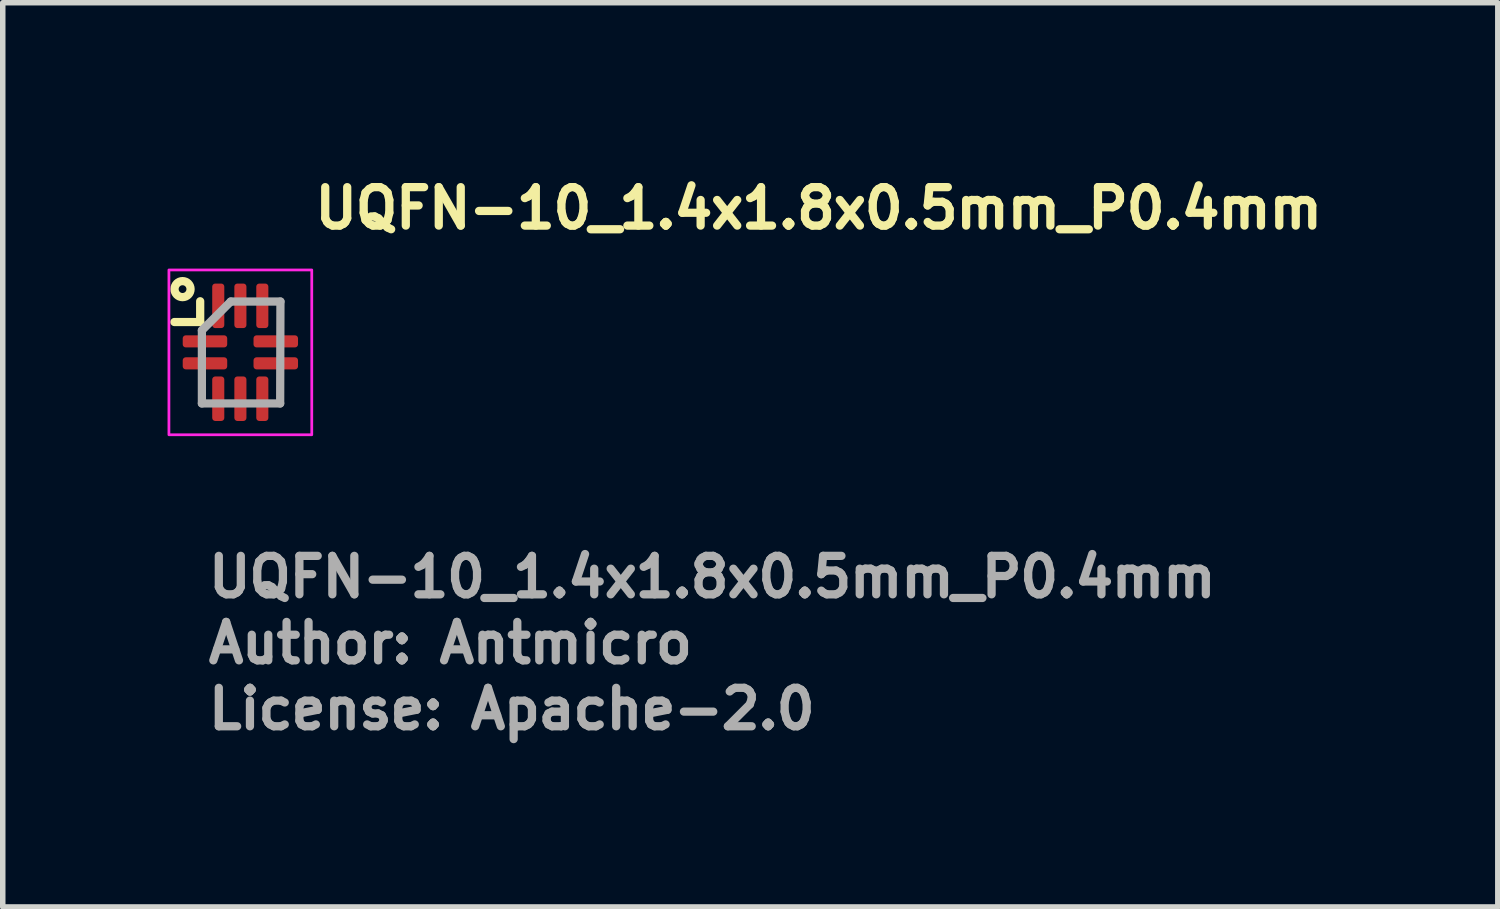
<source format=kicad_pcb>
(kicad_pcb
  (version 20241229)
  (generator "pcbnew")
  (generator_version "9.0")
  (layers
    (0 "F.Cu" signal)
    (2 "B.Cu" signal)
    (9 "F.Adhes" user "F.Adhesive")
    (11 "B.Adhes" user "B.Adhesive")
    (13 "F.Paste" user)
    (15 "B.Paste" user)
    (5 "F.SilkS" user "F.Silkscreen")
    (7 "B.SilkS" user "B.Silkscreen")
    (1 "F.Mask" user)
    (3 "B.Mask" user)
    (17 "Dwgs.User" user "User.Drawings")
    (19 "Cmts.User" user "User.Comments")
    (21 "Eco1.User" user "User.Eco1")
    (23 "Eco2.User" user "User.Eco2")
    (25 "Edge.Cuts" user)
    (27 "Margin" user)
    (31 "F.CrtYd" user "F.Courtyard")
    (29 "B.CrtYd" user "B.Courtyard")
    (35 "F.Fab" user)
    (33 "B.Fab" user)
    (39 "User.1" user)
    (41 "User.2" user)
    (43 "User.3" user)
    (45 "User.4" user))
  (footprint "UQFN-10_1.4x1.8x0.5mm_P0.4mm"
    (layer "F.Cu")
    (at 1.325 3.364)
    (property "Reference" "UQFN-10_1.4x1.8x0.5mm_P0.4mm" (at 1.28 -2.214 0) (layer "F.SilkS") (effects (font (size 0.7 0.7) (thickness 0.15)) (justify left bottom)))
    (attr smd)
    (fp_line (start -0.731 -0.552) (end -1.2 -0.552) (stroke (width 0.15) (type solid)) (layer "F.SilkS"))
    (fp_line (start -0.731 -0.552) (end -0.731 -0.93) (stroke (width 0.15) (type solid)) (layer "F.SilkS"))
    (fp_circle (center -1.052 -1.151) (end -0.981 -1.151) (stroke (width 0.15) (type solid)) (fill no) (layer "F.SilkS"))
    (fp_rect (start -1.3 -1.5) (end 1.3 1.5) (stroke (width 0.05) (type solid)) (fill no) (layer "F.CrtYd"))
    (fp_line (start -0.7 -0.4) (end -0.175 -0.925) (stroke (width 0.15) (type solid)) (layer "F.Fab"))
    (fp_line (start -0.7 0.93) (end -0.7 -0.4) (stroke (width 0.15) (type solid)) (layer "F.Fab"))
    (fp_line (start -0.175 -0.925) (end 0.73 -0.925) (stroke (width 0.15) (type solid)) (layer "F.Fab"))
    (fp_line (start 0.725 0.93) (end -0.7 0.93) (stroke (width 0.15) (type solid)) (layer "F.Fab"))
    (fp_line (start 0.73 -0.925) (end 0.725 0.93) (stroke (width 0.15) (type solid)) (layer "F.Fab"))
    (fp_rect (start -0.7 -0.901) (end 0.7 0.9) (stroke (width 0.1) (type solid)) (fill no) (layer "User.5"))
    (fp_line (start -0.7 -0.901) (end -0.7 0.9) (stroke (width 0.02) (type solid)) (layer "User.9"))
    (fp_line (start -0.7 0.9) (end 0.7 0.9) (stroke (width 0.02) (type solid)) (layer "User.9"))
    (fp_line (start 0.7 -0.901) (end -0.7 -0.901) (stroke (width 0.02) (type solid)) (layer "User.9"))
    (fp_line (start 0.7 0.9) (end 0.7 -0.901) (stroke (width 0.02) (type solid)) (layer "User.9"))
    (fp_text user "Author: Antmicro" (at -0.657 5.7 0) (layer "F.Fab") (effects (font (size 0.7 0.7) (thickness 0.15)) (justify left bottom)))
    (fp_text user "${REFERENCE}" (at -0.657 4.498 0) (layer "F.Fab") (effects (font (size 0.7 0.7) (thickness 0.15)) (justify left bottom)))
    (fp_text user "License: Apache-2.0" (at -0.657 6.9 0) (layer "F.Fab") (effects (font (size 0.7 0.7) (thickness 0.15)) (justify left bottom)))
    (pad "1" smd roundrect (at -0.644 -0.2) (size 0.81 0.22) (layers "F.Cu" "F.Mask" "F.Paste") (roundrect_rratio 0.25))
    (pad "2" smd roundrect (at -0.644 0.2) (size 0.81 0.22) (layers "F.Cu" "F.Mask" "F.Paste") (roundrect_rratio 0.25))
    (pad "3" smd roundrect (at -0.402 0.844 270) (size 0.81 0.22) (layers "F.Cu" "F.Mask" "F.Paste") (roundrect_rratio 0.25))
    (pad "4" smd roundrect (at 0.001 0.844 270) (size 0.81 0.22) (layers "F.Cu" "F.Mask" "F.Paste") (roundrect_rratio 0.25))
    (pad "5" smd roundrect (at 0.4 0.844 270) (size 0.81 0.22) (layers "F.Cu" "F.Mask" "F.Paste") (roundrect_rratio 0.25))
    (pad "6" smd roundrect (at 0.645 0.2) (size 0.81 0.22) (layers "F.Cu" "F.Mask" "F.Paste") (roundrect_rratio 0.25))
    (pad "7" smd roundrect (at 0.645 -0.2) (size 0.81 0.22) (layers "F.Cu" "F.Mask" "F.Paste") (roundrect_rratio 0.25))
    (pad "8" smd roundrect (at 0.4 -0.847 270) (size 0.81 0.22) (layers "F.Cu" "F.Mask" "F.Paste") (roundrect_rratio 0.25))
    (pad "9" smd roundrect (at 0.001 -0.847 270) (size 0.81 0.22) (layers "F.Cu" "F.Mask" "F.Paste") (roundrect_rratio 0.25))
    (pad "10" smd roundrect (at -0.402 -0.847 270) (size 0.81 0.22) (layers "F.Cu" "F.Mask" "F.Paste") (roundrect_rratio 0.25)))
  (gr_rect
    (start -3 -3)
    (end 24.215 13.46)
    (stroke (width 0.1) (type default))
    (fill no)
    (layer "Edge.Cuts")))
</source>
